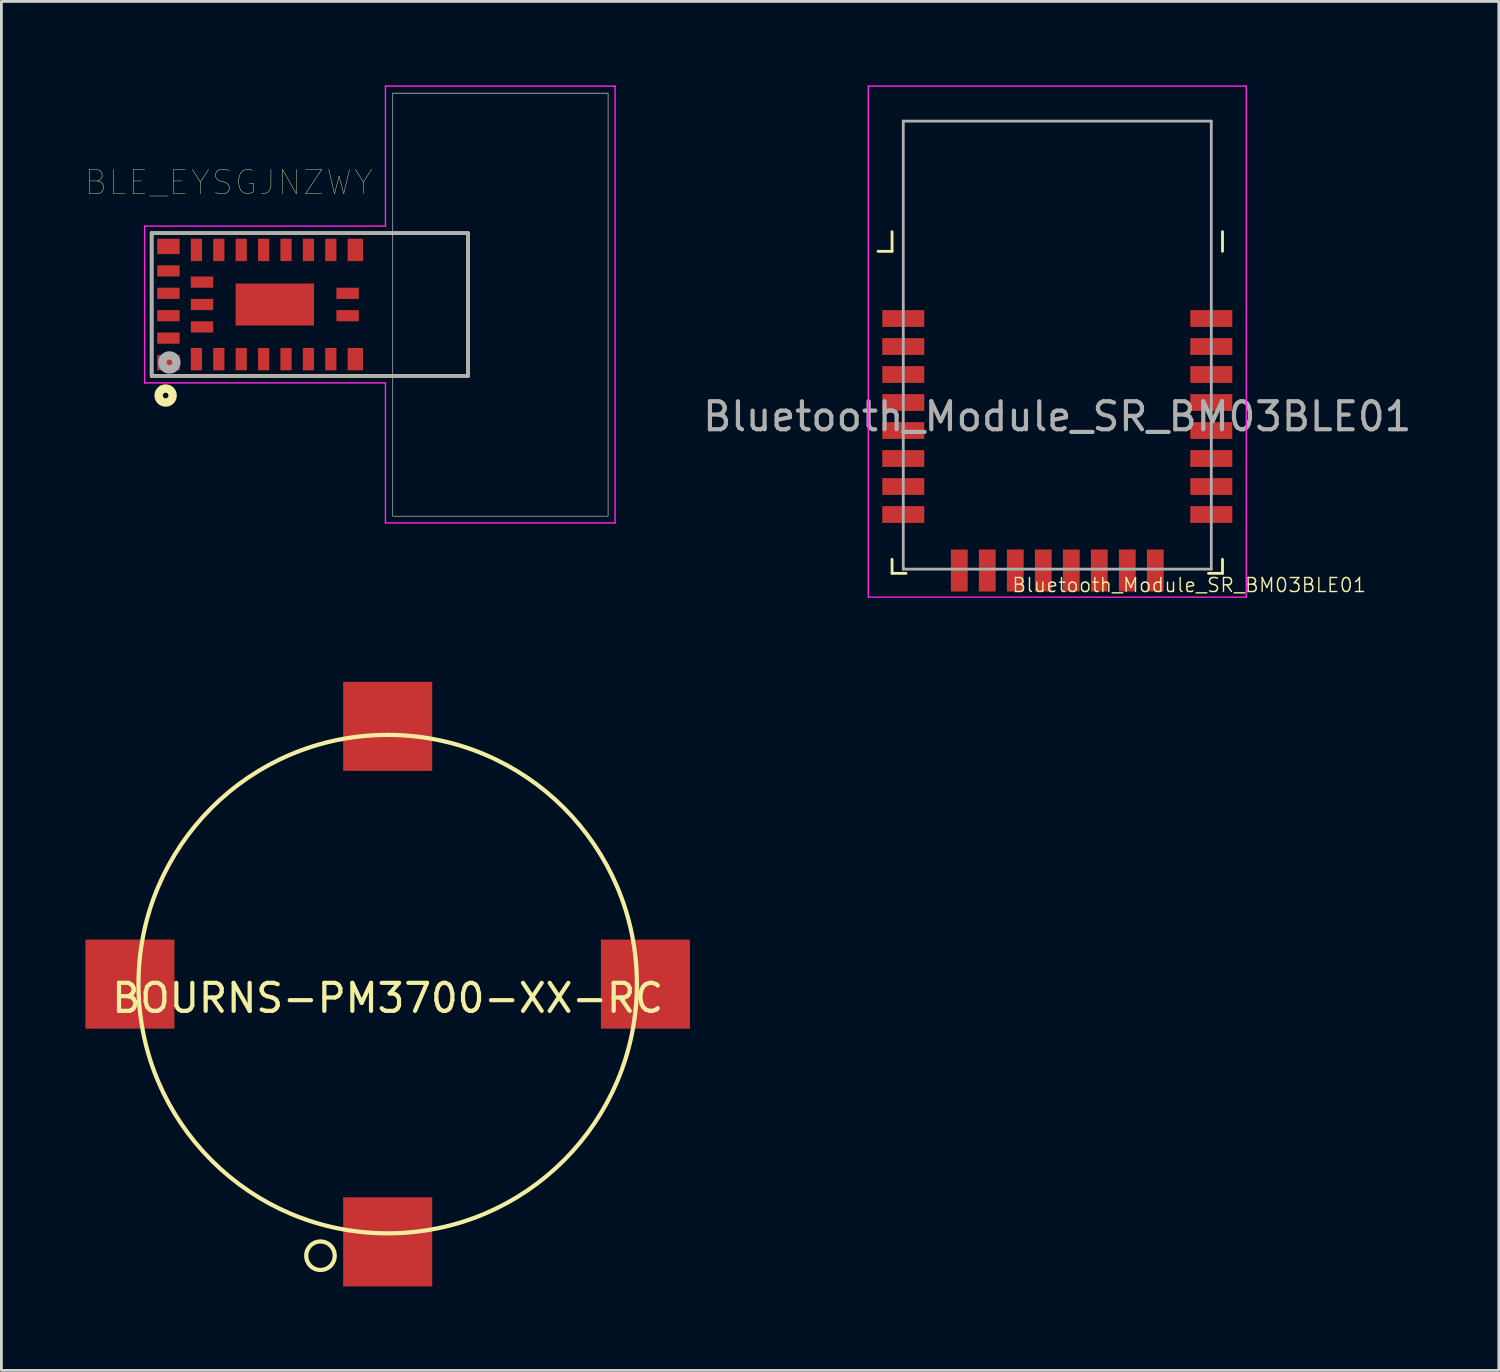
<source format=kicad_pcb>
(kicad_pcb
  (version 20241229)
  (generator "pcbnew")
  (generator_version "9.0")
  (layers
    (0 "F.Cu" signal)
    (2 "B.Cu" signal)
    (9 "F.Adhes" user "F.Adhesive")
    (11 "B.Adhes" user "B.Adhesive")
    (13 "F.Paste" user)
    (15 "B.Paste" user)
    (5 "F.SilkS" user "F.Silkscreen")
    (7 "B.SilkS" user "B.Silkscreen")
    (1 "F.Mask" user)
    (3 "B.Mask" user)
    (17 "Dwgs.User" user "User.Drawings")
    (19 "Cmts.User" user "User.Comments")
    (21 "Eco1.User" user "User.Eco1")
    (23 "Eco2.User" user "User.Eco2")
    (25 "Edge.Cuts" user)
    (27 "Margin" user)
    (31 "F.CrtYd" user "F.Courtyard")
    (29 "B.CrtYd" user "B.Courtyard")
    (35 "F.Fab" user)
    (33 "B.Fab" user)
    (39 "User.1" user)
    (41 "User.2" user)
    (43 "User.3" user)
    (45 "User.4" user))
  (footprint "Bluetooth_Module_SR_BM03BLE01"
    (layer "F.Cu")
    (at 34.708 11.825)
    (property "Reference" "Bluetooth_Module_SR_BM03BLE01" (at 4.71 6.02 0) (layer "F.SilkS") (effects (font (size 0.5 0.5) (thickness 0.05))))
    (attr smd)
    (fp_line (start -5.9 -5.9) (end -6.4 -5.9) (stroke (width 0.1) (type solid)) (layer "F.SilkS"))
    (fp_line (start -5.9 -5.9) (end -5.9 -6.6) (stroke (width 0.1) (type solid)) (layer "F.SilkS"))
    (fp_line (start -5.9 5.6) (end -5.9 5.1) (stroke (width 0.1) (type solid)) (layer "F.SilkS"))
    (fp_line (start -5.9 5.6) (end -5.4 5.6) (stroke (width 0.1) (type solid)) (layer "F.SilkS"))
    (fp_line (start 5.9 -5.9) (end 5.9 -6.6) (stroke (width 0.1) (type solid)) (layer "F.SilkS"))
    (fp_line (start 5.9 5.6) (end 5.4 5.6) (stroke (width 0.1) (type solid)) (layer "F.SilkS"))
    (fp_line (start 5.9 5.6) (end 5.9 5.1) (stroke (width 0.1) (type solid)) (layer "F.SilkS"))
    (fp_line (start -6.75 -11.8) (end 6.75 -11.8) (stroke (width 0.05) (type solid)) (layer "F.CrtYd"))
    (fp_line (start -6.75 6.45) (end -6.75 -11.8) (stroke (width 0.05) (type solid)) (layer "F.CrtYd"))
    (fp_line (start -6.75 6.45) (end 6.75 6.45) (stroke (width 0.05) (type solid)) (layer "F.CrtYd"))
    (fp_line (start 6.75 6.45) (end 6.75 -11.8) (stroke (width 0.05) (type solid)) (layer "F.CrtYd"))
    (fp_line (start -5.5 -10.55) (end -5.5 5.45) (stroke (width 0.1) (type solid)) (layer "F.Fab"))
    (fp_line (start 5.5 -10.55) (end -5.5 -10.55) (stroke (width 0.1) (type solid)) (layer "F.Fab"))
    (fp_line (start 5.5 -10.55) (end 5.5 5.45) (stroke (width 0.1) (type solid)) (layer "F.Fab"))
    (fp_line (start 5.5 5.45) (end -5.5 5.45) (stroke (width 0.1) (type solid)) (layer "F.Fab"))
    (fp_text user "${REFERENCE}" (at 0 0 0) (layer "F.Fab") (effects (font (size 1 1) (thickness 0.15))))
    (pad "1" smd rect (at 5.5 -3.5) (size 1.5 0.6) (layers "F.Cu" "F.Mask" "F.Paste"))
    (pad "2" smd rect (at 5.5 -2.5) (size 1.5 0.6) (layers "F.Cu" "F.Mask" "F.Paste"))
    (pad "3" smd rect (at 5.5 -1.5) (size 1.5 0.6) (layers "F.Cu" "F.Mask" "F.Paste"))
    (pad "4" smd rect (at 5.5 -0.5) (size 1.5 0.6) (layers "F.Cu" "F.Mask" "F.Paste"))
    (pad "5" smd rect (at 5.5 0.5) (size 1.5 0.6) (layers "F.Cu" "F.Mask" "F.Paste"))
    (pad "6" smd rect (at 5.5 1.5) (size 1.5 0.6) (layers "F.Cu" "F.Mask" "F.Paste"))
    (pad "7" smd rect (at 5.5 2.5) (size 1.5 0.6) (layers "F.Cu" "F.Mask" "F.Paste"))
    (pad "8" smd rect (at 5.5 3.5) (size 1.5 0.6) (layers "F.Cu" "F.Mask" "F.Paste"))
    (pad "9" smd rect (at 3.5 5.5) (size 0.6 1.5) (layers "F.Cu" "F.Mask" "F.Paste"))
    (pad "10" smd rect (at 2.5 5.5) (size 0.6 1.5) (layers "F.Cu" "F.Mask" "F.Paste"))
    (pad "11" smd rect (at 1.5 5.5) (size 0.6 1.5) (layers "F.Cu" "F.Mask" "F.Paste"))
    (pad "12" smd rect (at 0.5 5.5) (size 0.6 1.5) (layers "F.Cu" "F.Mask" "F.Paste"))
    (pad "13" smd rect (at -0.5 5.5) (size 0.6 1.5) (layers "F.Cu" "F.Mask" "F.Paste"))
    (pad "14" smd rect (at -1.5 5.5) (size 0.6 1.5) (layers "F.Cu" "F.Mask" "F.Paste"))
    (pad "15" smd rect (at -2.5 5.5) (size 0.6 1.5) (layers "F.Cu" "F.Mask" "F.Paste"))
    (pad "16" smd rect (at -3.5 5.5) (size 0.6 1.5) (layers "F.Cu" "F.Mask" "F.Paste"))
    (pad "17" smd rect (at -5.5 3.5) (size 1.5 0.6) (layers "F.Cu" "F.Mask" "F.Paste"))
    (pad "18" smd rect (at -5.5 2.5) (size 1.5 0.6) (layers "F.Cu" "F.Mask" "F.Paste"))
    (pad "19" smd rect (at -5.5 1.5) (size 1.5 0.6) (layers "F.Cu" "F.Mask" "F.Paste"))
    (pad "20" smd rect (at -5.5 0.5) (size 1.5 0.6) (layers "F.Cu" "F.Mask" "F.Paste"))
    (pad "21" smd rect (at -5.5 -0.5) (size 1.5 0.6) (layers "F.Cu" "F.Mask" "F.Paste"))
    (pad "22" smd rect (at -5.5 -1.5) (size 1.5 0.6) (layers "F.Cu" "F.Mask" "F.Paste"))
    (pad "23" smd rect (at -5.5 -2.5) (size 1.5 0.6) (layers "F.Cu" "F.Mask" "F.Paste"))
    (pad "24" smd rect (at -5.5 -3.5) (size 1.5 0.6) (layers "F.Cu" "F.Mask" "F.Paste")))
  (footprint "BOURNS-PM3700-XX-RC"
    (layer "F.Cu")
    (at 10.795 32.095)
    (property "Reference" "BOURNS-PM3700-XX-RC" (at 0 0.5 0) (layer "F.SilkS") (effects (font (size 1 1) (thickness 0.15))))
    (attr through_hole)
    (fp_circle (center -2.4 9.7) (end -1.9 9.8) (stroke (width 0.15) (type solid)) (fill no) (layer "F.SilkS"))
    (fp_circle (center 0 0) (end 8.9 0) (stroke (width 0.15) (type solid)) (fill no) (layer "F.SilkS"))
    (pad "1" smd rect (at 0 9.205) (size 3.18 3.18) (layers "F.Cu" "F.Mask" "F.Paste"))
    (pad "2" smd rect (at 9.205 0) (size 3.18 3.18) (layers "F.Cu" "F.Mask" "F.Paste"))
    (pad "3" smd rect (at 0 -9.205) (size 3.18 3.18) (layers "F.Cu" "F.Mask" "F.Paste"))
    (pad "4" smd rect (at -9.205 0) (size 3.18 3.18) (layers "F.Cu" "F.Mask" "F.Paste")))
  (footprint "BLE_EYSGJNZWY"
    (layer "F.Cu")
    (at 2.365 10.375)
    (property "Reference" "BLE_EYSGJNZWY" (at 2.753 -6.909 0) (layer "F.SilkS") (effects (font (size 0.867 0.867) (thickness 0.015))))
    (attr through_hole)
    (fp_line (start 0 -5.1) (end 11.3 -5.1) (stroke (width 0.127) (type solid)) (layer "F.SilkS"))
    (fp_line (start 0 0) (end 0 -5.1) (stroke (width 0.127) (type solid)) (layer "F.SilkS"))
    (fp_line (start 11.3 -5.1) (end 11.3 0) (stroke (width 0.127) (type solid)) (layer "F.SilkS"))
    (fp_line (start 11.3 0) (end 0 0) (stroke (width 0.127) (type solid)) (layer "F.SilkS"))
    (fp_circle (center 0.5 0.7) (end 0.6 0.7) (stroke (width 0.3) (type solid)) (fill no) (layer "F.SilkS"))
    (fp_poly (pts (xy 0.225 -4.85) (xy 0.975 -4.85) (xy 0.975 -4.403) (xy 0.225 -4.403)) (stroke (width 0.01) (type solid)) (fill yes) (layer "F.Paste"))
    (fp_poly (pts (xy 0.225 -0.7) (xy 0.975 -0.7) (xy 0.975 -0.25) (xy 0.225 -0.25)) (stroke (width 0.01) (type solid)) (fill yes) (layer "F.Paste"))
    (fp_poly (pts (xy 0.25 -1.525) (xy 0.95 -1.525) (xy 0.95 -1.175) (xy 0.25 -1.175)) (stroke (width 0.01) (type solid)) (fill yes) (layer "F.Paste"))
    (fp_poly (pts (xy 0.25 -3.925) (xy 0.95 -3.925) (xy 0.95 -3.577) (xy 0.25 -3.577)) (stroke (width 0.01) (type solid)) (fill yes) (layer "F.Paste"))
    (fp_poly (pts (xy 0.25 -3.125) (xy 0.95 -3.125) (xy 0.95 -2.778) (xy 0.25 -2.778)) (stroke (width 0.01) (type solid)) (fill yes) (layer "F.Paste"))
    (fp_poly (pts (xy 0.25 -2.325) (xy 0.95 -2.325) (xy 0.95 -1.979) (xy 0.25 -1.979)) (stroke (width 0.01) (type solid)) (fill yes) (layer "F.Paste"))
    (fp_poly (pts (xy 1.426 -4.85) (xy 1.775 -4.85) (xy 1.775 -4.152) (xy 1.426 -4.152)) (stroke (width 0.01) (type solid)) (fill yes) (layer "F.Paste"))
    (fp_poly (pts (xy 1.428 -0.95) (xy 1.775 -0.95) (xy 1.775 -0.25) (xy 1.428 -0.25)) (stroke (width 0.01) (type solid)) (fill yes) (layer "F.Paste"))
    (fp_poly (pts (xy 1.451 -2.725) (xy 2.15 -2.725) (xy 2.15 -2.377) (xy 1.451 -2.377)) (stroke (width 0.01) (type solid)) (fill yes) (layer "F.Paste"))
    (fp_poly (pts (xy 1.452 -1.925) (xy 2.15 -1.925) (xy 2.15 -1.577) (xy 1.452 -1.577)) (stroke (width 0.01) (type solid)) (fill yes) (layer "F.Paste"))
    (fp_poly (pts (xy 1.452 -3.525) (xy 2.15 -3.525) (xy 2.15 -3.179) (xy 1.452 -3.179)) (stroke (width 0.01) (type solid)) (fill yes) (layer "F.Paste"))
    (fp_poly (pts (xy 2.226 -0.95) (xy 2.575 -0.95) (xy 2.575 -0.25) (xy 2.226 -0.25)) (stroke (width 0.01) (type solid)) (fill yes) (layer "F.Paste"))
    (fp_poly (pts (xy 2.228 -4.85) (xy 2.575 -4.85) (xy 2.575 -4.155) (xy 2.228 -4.155)) (stroke (width 0.01) (type solid)) (fill yes) (layer "F.Paste"))
    (fp_poly (pts (xy 3.029 -0.95) (xy 3.375 -0.95) (xy 3.375 -0.25) (xy 3.029 -0.25)) (stroke (width 0.01) (type solid)) (fill yes) (layer "F.Paste"))
    (fp_poly (pts (xy 3.029 -4.85) (xy 3.375 -4.85) (xy 3.375 -4.156) (xy 3.029 -4.156)) (stroke (width 0.01) (type solid)) (fill yes) (layer "F.Paste"))
    (fp_poly (pts (xy 3.101 -3.15) (xy 4.2 -3.15) (xy 4.2 -1.951) (xy 3.101 -1.951)) (stroke (width 0.01) (type solid)) (fill yes) (layer "F.Paste"))
    (fp_poly (pts (xy 3.829 -0.95) (xy 4.175 -0.95) (xy 4.175 -0.25) (xy 3.829 -0.25)) (stroke (width 0.01) (type solid)) (fill yes) (layer "F.Paste"))
    (fp_poly (pts (xy 3.831 -4.85) (xy 4.175 -4.85) (xy 4.175 -4.157) (xy 3.831 -4.157)) (stroke (width 0.01) (type solid)) (fill yes) (layer "F.Paste"))
    (fp_poly (pts (xy 4.604 -3.15) (xy 5.7 -3.15) (xy 5.7 -1.952) (xy 4.604 -1.952)) (stroke (width 0.01) (type solid)) (fill yes) (layer "F.Paste"))
    (fp_poly (pts (xy 4.632 -0.95) (xy 4.975 -0.95) (xy 4.975 -0.25) (xy 4.632 -0.25)) (stroke (width 0.01) (type solid)) (fill yes) (layer "F.Paste"))
    (fp_poly (pts (xy 4.634 -4.85) (xy 4.975 -4.85) (xy 4.975 -4.158) (xy 4.634 -4.158)) (stroke (width 0.01) (type solid)) (fill yes) (layer "F.Paste"))
    (fp_poly (pts (xy 5.427 -4.85) (xy 5.775 -4.85) (xy 5.775 -4.152) (xy 5.427 -4.152)) (stroke (width 0.01) (type solid)) (fill yes) (layer "F.Paste"))
    (fp_poly (pts (xy 5.428 -0.95) (xy 5.775 -0.95) (xy 5.775 -0.25) (xy 5.428 -0.25)) (stroke (width 0.01) (type solid)) (fill yes) (layer "F.Paste"))
    (fp_poly (pts (xy 6.232 -4.85) (xy 6.575 -4.85) (xy 6.575 -4.155) (xy 6.232 -4.155)) (stroke (width 0.01) (type solid)) (fill yes) (layer "F.Paste"))
    (fp_poly (pts (xy 6.237 -0.95) (xy 6.575 -0.95) (xy 6.575 -0.25) (xy 6.237 -0.25)) (stroke (width 0.01) (type solid)) (fill yes) (layer "F.Paste"))
    (fp_poly (pts (xy 6.656 -2.325) (xy 7.35 -2.325) (xy 7.35 -1.977) (xy 6.656 -1.977)) (stroke (width 0.01) (type solid)) (fill yes) (layer "F.Paste"))
    (fp_poly (pts (xy 6.661 -3.125) (xy 7.35 -3.125) (xy 7.35 -2.78) (xy 6.661 -2.78)) (stroke (width 0.01) (type solid)) (fill yes) (layer "F.Paste"))
    (fp_poly (pts (xy 7.05 -0.205) (xy 7.05 -0.95) (xy 7.5 -0.95) (xy 7.5 -0.205)) (stroke (width 0.01) (type solid)) (fill yes) (layer "F.Paste"))
    (fp_poly (pts (xy 7.052 -4.15) (xy 7.052 -4.897) (xy 7.5 -4.897) (xy 7.5 -4.15)) (stroke (width 0.01) (type solid)) (fill yes) (layer "F.Paste"))
    (fp_poly (pts (xy 8.603 -10.1) (xy 16.3 -10.1) (xy 16.3 5.002) (xy 8.603 5.002)) (stroke (width 0.01) (type solid)) (fill no) (layer "Dwgs.User"))
    (fp_poly (pts (xy 8.613 -10.1) (xy 16.3 -10.1) (xy 16.3 5.007) (xy 8.613 5.007)) (stroke (width 0.01) (type solid)) (fill no) (layer "Dwgs.User"))
    (fp_poly (pts (xy 8.617 -10.1) (xy 16.3 -10.1) (xy 16.3 5.01) (xy 8.617 5.01)) (stroke (width 0.01) (type solid)) (fill no) (layer "Dwgs.User"))
    (fp_line (start -0.25 -5.35) (end 8.35 -5.35) (stroke (width 0.05) (type solid)) (layer "F.CrtYd"))
    (fp_line (start -0.25 0.25) (end -0.25 -5.35) (stroke (width 0.05) (type solid)) (layer "F.CrtYd"))
    (fp_line (start 8.35 -10.35) (end 16.55 -10.35) (stroke (width 0.05) (type solid)) (layer "F.CrtYd"))
    (fp_line (start 8.35 -5.35) (end 8.35 -10.35) (stroke (width 0.05) (type solid)) (layer "F.CrtYd"))
    (fp_line (start 8.35 0.25) (end -0.25 0.25) (stroke (width 0.05) (type solid)) (layer "F.CrtYd"))
    (fp_line (start 8.35 5.25) (end 8.35 0.25) (stroke (width 0.05) (type solid)) (layer "F.CrtYd"))
    (fp_line (start 16.55 -10.35) (end 16.55 5.25) (stroke (width 0.05) (type solid)) (layer "F.CrtYd"))
    (fp_line (start 16.55 5.25) (end 8.35 5.25) (stroke (width 0.05) (type solid)) (layer "F.CrtYd"))
    (fp_line (start 0 -5.1) (end 11.3 -5.1) (stroke (width 0.127) (type solid)) (layer "F.Fab"))
    (fp_line (start 0 0) (end 0 -5.1) (stroke (width 0.127) (type solid)) (layer "F.Fab"))
    (fp_line (start 11.3 -5.1) (end 11.3 0) (stroke (width 0.127) (type solid)) (layer "F.Fab"))
    (fp_line (start 11.3 0) (end 0 0) (stroke (width 0.127) (type solid)) (layer "F.Fab"))
    (fp_circle (center 0.635 -0.481) (end 0.735 -0.481) (stroke (width 0.3) (type solid)) (fill no) (layer "F.Fab"))
    (pad "1" smd rect (at 0.6 -0.475) (size 0.8 0.55) (layers "F.Cu" "F.Mask"))
    (pad "2" smd rect (at 1.6 -0.6) (size 0.4 0.8) (layers "F.Cu" "F.Mask"))
    (pad "3" smd rect (at 2.4 -0.6) (size 0.4 0.8) (layers "F.Cu" "F.Mask"))
    (pad "4" smd rect (at 3.2 -0.6) (size 0.4 0.8) (layers "F.Cu" "F.Mask"))
    (pad "5" smd rect (at 4 -0.6) (size 0.4 0.8) (layers "F.Cu" "F.Mask"))
    (pad "6" smd rect (at 4.8 -0.6) (size 0.4 0.8) (layers "F.Cu" "F.Mask"))
    (pad "7" smd rect (at 5.6 -0.6) (size 0.4 0.8) (layers "F.Cu" "F.Mask"))
    (pad "8" smd rect (at 6.4 -0.6) (size 0.4 0.8) (layers "F.Cu" "F.Mask"))
    (pad "9" smd rect (at 7.275 -0.6) (size 0.55 0.8) (layers "F.Cu" "F.Mask"))
    (pad "10" smd rect (at 7 -2.15) (size 0.8 0.4) (layers "F.Cu" "F.Mask"))
    (pad "11" smd rect (at 7 -2.95) (size 0.8 0.4) (layers "F.Cu" "F.Mask"))
    (pad "12" smd rect (at 7.275 -4.5) (size 0.55 0.8) (layers "F.Cu" "F.Mask"))
    (pad "13" smd rect (at 6.4 -4.5) (size 0.4 0.8) (layers "F.Cu" "F.Mask"))
    (pad "14" smd rect (at 5.6 -4.5) (size 0.4 0.8) (layers "F.Cu" "F.Mask"))
    (pad "15" smd rect (at 4.8 -4.5) (size 0.4 0.8) (layers "F.Cu" "F.Mask"))
    (pad "16" smd rect (at 4 -4.5) (size 0.4 0.8) (layers "F.Cu" "F.Mask"))
    (pad "17" smd rect (at 3.2 -4.5) (size 0.4 0.8) (layers "F.Cu" "F.Mask"))
    (pad "18" smd rect (at 2.4 -4.5) (size 0.4 0.8) (layers "F.Cu" "F.Mask"))
    (pad "19" smd rect (at 1.6 -4.5) (size 0.4 0.8) (layers "F.Cu" "F.Mask"))
    (pad "20" smd rect (at 0.6 -4.625) (size 0.8 0.55) (layers "F.Cu" "F.Mask"))
    (pad "21" smd rect (at 0.6 -3.75) (size 0.8 0.4) (layers "F.Cu" "F.Mask"))
    (pad "22" smd rect (at 0.6 -2.95) (size 0.8 0.4) (layers "F.Cu" "F.Mask"))
    (pad "23" smd rect (at 0.6 -2.15) (size 0.8 0.4) (layers "F.Cu" "F.Mask"))
    (pad "24" smd rect (at 0.6 -1.35) (size 0.8 0.4) (layers "F.Cu" "F.Mask"))
    (pad "25" smd rect (at 1.8 -3.35) (size 0.8 0.4) (layers "F.Cu" "F.Mask"))
    (pad "26" smd rect (at 1.8 -2.55) (size 0.8 0.4) (layers "F.Cu" "F.Mask"))
    (pad "27" smd rect (at 1.8 -1.75) (size 0.8 0.4) (layers "F.Cu" "F.Mask"))
    (pad "28" smd rect (at 4.4 -2.55) (size 2.8 1.5) (layers "F.Cu" "F.Mask")))
  (gr_rect
    (start -3 -3)
    (end 50.476 45.89)
    (stroke (width 0.1) (type default))
    (fill no)
    (layer "Edge.Cuts")))
</source>
